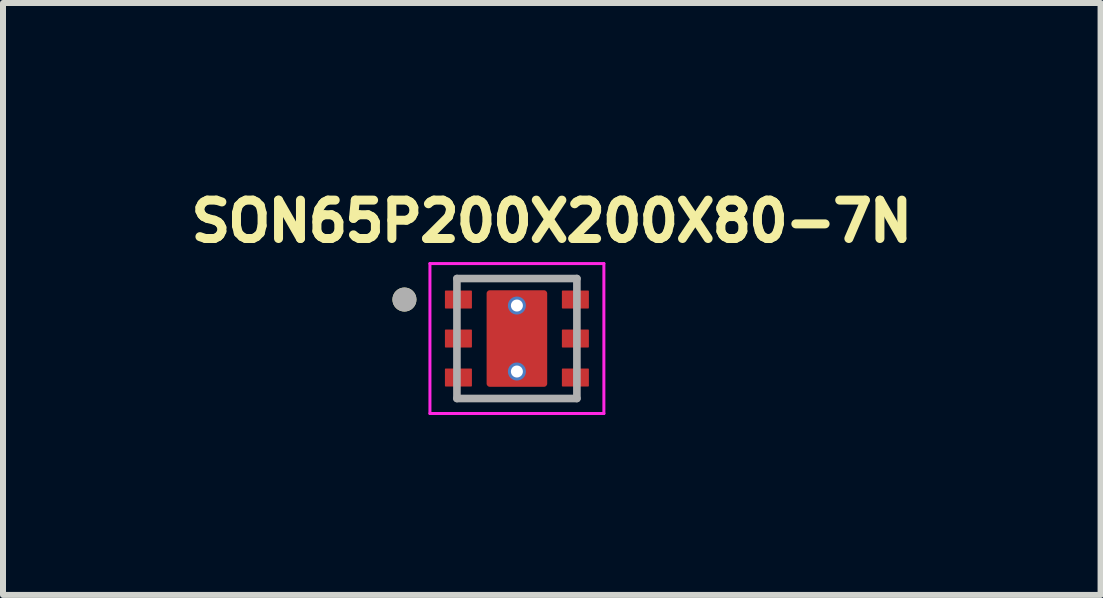
<source format=kicad_pcb>
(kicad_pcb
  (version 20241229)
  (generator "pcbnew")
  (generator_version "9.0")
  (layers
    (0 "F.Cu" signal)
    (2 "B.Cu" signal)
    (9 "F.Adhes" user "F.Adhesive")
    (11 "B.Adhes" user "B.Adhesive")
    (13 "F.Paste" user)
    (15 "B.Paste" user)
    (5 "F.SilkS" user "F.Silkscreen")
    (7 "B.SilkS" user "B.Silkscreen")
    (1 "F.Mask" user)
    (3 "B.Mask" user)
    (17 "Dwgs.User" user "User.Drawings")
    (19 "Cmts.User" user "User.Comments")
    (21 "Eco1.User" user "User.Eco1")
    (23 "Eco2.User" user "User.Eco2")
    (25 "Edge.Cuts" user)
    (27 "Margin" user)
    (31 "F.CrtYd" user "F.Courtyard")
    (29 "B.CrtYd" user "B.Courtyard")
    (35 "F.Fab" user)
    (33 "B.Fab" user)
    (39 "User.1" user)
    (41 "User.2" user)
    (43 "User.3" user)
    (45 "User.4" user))
  (footprint "SON65P200X200X80-7N"
    (layer "F.Cu")
    (at 5.568 2.594)
    (property "Reference" "SON65P200X200X80-7N" (at 0.582 -1.956 0) (layer "F.SilkS") (effects (font (size 0.64 0.64) (thickness 0.15))))
    (attr smd)
    (fp_poly (pts (xy -1.22 -0.87) (xy -0.73 -0.87) (xy -0.727 -0.87) (xy -0.725 -0.87) (xy -0.722 -0.869) (xy -0.72 -0.869) (xy -0.717 -0.868) (xy -0.715 -0.868) (xy -0.712 -0.867) (xy -0.71 -0.866) (xy -0.707 -0.865) (xy -0.705 -0.863) (xy -0.703 -0.862) (xy -0.701 -0.86) (xy -0.699 -0.859) (xy -0.697 -0.857) (xy -0.695 -0.855) (xy -0.693 -0.853) (xy -0.691 -0.851) (xy -0.69 -0.849) (xy -0.688 -0.847) (xy -0.687 -0.845) (xy -0.685 -0.843) (xy -0.684 -0.84) (xy -0.683 -0.838) (xy -0.682 -0.835) (xy -0.682 -0.833) (xy -0.681 -0.83) (xy -0.681 -0.828) (xy -0.68 -0.825) (xy -0.68 -0.823) (xy -0.68 -0.82) (xy -0.68 -0.48) (xy -0.68 -0.477) (xy -0.68 -0.475) (xy -0.681 -0.472) (xy -0.681 -0.47) (xy -0.682 -0.467) (xy -0.682 -0.465) (xy -0.683 -0.462) (xy -0.684 -0.46) (xy -0.685 -0.457) (xy -0.687 -0.455) (xy -0.688 -0.453) (xy -0.69 -0.451) (xy -0.691 -0.449) (xy -0.693 -0.447) (xy -0.695 -0.445) (xy -0.697 -0.443) (xy -0.699 -0.441) (xy -0.701 -0.44) (xy -0.703 -0.438) (xy -0.705 -0.437) (xy -0.707 -0.435) (xy -0.71 -0.434) (xy -0.712 -0.433) (xy -0.715 -0.432) (xy -0.717 -0.432) (xy -0.72 -0.431) (xy -0.722 -0.431) (xy -0.725 -0.43) (xy -0.727 -0.43) (xy -0.73 -0.43) (xy -1.22 -0.43) (xy -1.223 -0.43) (xy -1.225 -0.43) (xy -1.228 -0.431) (xy -1.23 -0.431) (xy -1.233 -0.432) (xy -1.235 -0.432) (xy -1.238 -0.433) (xy -1.24 -0.434) (xy -1.243 -0.435) (xy -1.245 -0.437) (xy -1.247 -0.438) (xy -1.249 -0.44) (xy -1.251 -0.441) (xy -1.253 -0.443) (xy -1.255 -0.445) (xy -1.257 -0.447) (xy -1.259 -0.449) (xy -1.26 -0.451) (xy -1.262 -0.453) (xy -1.263 -0.455) (xy -1.265 -0.457) (xy -1.266 -0.46) (xy -1.267 -0.462) (xy -1.268 -0.465) (xy -1.268 -0.467) (xy -1.269 -0.47) (xy -1.269 -0.472) (xy -1.27 -0.475) (xy -1.27 -0.477) (xy -1.27 -0.48) (xy -1.27 -0.82) (xy -1.27 -0.823) (xy -1.27 -0.825) (xy -1.269 -0.828) (xy -1.269 -0.83) (xy -1.268 -0.833) (xy -1.268 -0.835) (xy -1.267 -0.838) (xy -1.266 -0.84) (xy -1.265 -0.843) (xy -1.263 -0.845) (xy -1.262 -0.847) (xy -1.26 -0.849) (xy -1.259 -0.851) (xy -1.257 -0.853) (xy -1.255 -0.855) (xy -1.253 -0.857) (xy -1.251 -0.859) (xy -1.249 -0.86) (xy -1.247 -0.862) (xy -1.245 -0.863) (xy -1.243 -0.865) (xy -1.24 -0.866) (xy -1.238 -0.867) (xy -1.235 -0.868) (xy -1.233 -0.868) (xy -1.23 -0.869) (xy -1.228 -0.869) (xy -1.225 -0.87) (xy -1.223 -0.87) (xy -1.22 -0.87)) (stroke (width 0.01) (type solid)) (fill yes) (layer "F.Mask"))
    (fp_poly (pts (xy -1.22 -0.22) (xy -0.73 -0.22) (xy -0.727 -0.22) (xy -0.725 -0.22) (xy -0.722 -0.219) (xy -0.72 -0.219) (xy -0.717 -0.218) (xy -0.715 -0.218) (xy -0.712 -0.217) (xy -0.71 -0.216) (xy -0.707 -0.215) (xy -0.705 -0.213) (xy -0.703 -0.212) (xy -0.701 -0.21) (xy -0.699 -0.209) (xy -0.697 -0.207) (xy -0.695 -0.205) (xy -0.693 -0.203) (xy -0.691 -0.201) (xy -0.69 -0.199) (xy -0.688 -0.197) (xy -0.687 -0.195) (xy -0.685 -0.193) (xy -0.684 -0.19) (xy -0.683 -0.188) (xy -0.682 -0.185) (xy -0.682 -0.183) (xy -0.681 -0.18) (xy -0.681 -0.178) (xy -0.68 -0.175) (xy -0.68 -0.173) (xy -0.68 -0.17) (xy -0.68 0.17) (xy -0.68 0.173) (xy -0.68 0.175) (xy -0.681 0.178) (xy -0.681 0.18) (xy -0.682 0.183) (xy -0.682 0.185) (xy -0.683 0.188) (xy -0.684 0.19) (xy -0.685 0.193) (xy -0.687 0.195) (xy -0.688 0.197) (xy -0.69 0.199) (xy -0.691 0.201) (xy -0.693 0.203) (xy -0.695 0.205) (xy -0.697 0.207) (xy -0.699 0.209) (xy -0.701 0.21) (xy -0.703 0.212) (xy -0.705 0.213) (xy -0.707 0.215) (xy -0.71 0.216) (xy -0.712 0.217) (xy -0.715 0.218) (xy -0.717 0.218) (xy -0.72 0.219) (xy -0.722 0.219) (xy -0.725 0.22) (xy -0.727 0.22) (xy -0.73 0.22) (xy -1.22 0.22) (xy -1.223 0.22) (xy -1.225 0.22) (xy -1.228 0.219) (xy -1.23 0.219) (xy -1.233 0.218) (xy -1.235 0.218) (xy -1.238 0.217) (xy -1.24 0.216) (xy -1.243 0.215) (xy -1.245 0.213) (xy -1.247 0.212) (xy -1.249 0.21) (xy -1.251 0.209) (xy -1.253 0.207) (xy -1.255 0.205) (xy -1.257 0.203) (xy -1.259 0.201) (xy -1.26 0.199) (xy -1.262 0.197) (xy -1.263 0.195) (xy -1.265 0.193) (xy -1.266 0.19) (xy -1.267 0.188) (xy -1.268 0.185) (xy -1.268 0.183) (xy -1.269 0.18) (xy -1.269 0.178) (xy -1.27 0.175) (xy -1.27 0.173) (xy -1.27 0.17) (xy -1.27 -0.17) (xy -1.27 -0.173) (xy -1.27 -0.175) (xy -1.269 -0.178) (xy -1.269 -0.18) (xy -1.268 -0.183) (xy -1.268 -0.185) (xy -1.267 -0.188) (xy -1.266 -0.19) (xy -1.265 -0.193) (xy -1.263 -0.195) (xy -1.262 -0.197) (xy -1.26 -0.199) (xy -1.259 -0.201) (xy -1.257 -0.203) (xy -1.255 -0.205) (xy -1.253 -0.207) (xy -1.251 -0.209) (xy -1.249 -0.21) (xy -1.247 -0.212) (xy -1.245 -0.213) (xy -1.243 -0.215) (xy -1.24 -0.216) (xy -1.238 -0.217) (xy -1.235 -0.218) (xy -1.233 -0.218) (xy -1.23 -0.219) (xy -1.228 -0.219) (xy -1.225 -0.22) (xy -1.223 -0.22) (xy -1.22 -0.22)) (stroke (width 0.01) (type solid)) (fill yes) (layer "F.Mask"))
    (fp_poly (pts (xy -1.22 0.43) (xy -0.73 0.43) (xy -0.727 0.43) (xy -0.725 0.43) (xy -0.722 0.431) (xy -0.72 0.431) (xy -0.717 0.432) (xy -0.715 0.432) (xy -0.712 0.433) (xy -0.71 0.434) (xy -0.707 0.435) (xy -0.705 0.437) (xy -0.703 0.438) (xy -0.701 0.44) (xy -0.699 0.441) (xy -0.697 0.443) (xy -0.695 0.445) (xy -0.693 0.447) (xy -0.691 0.449) (xy -0.69 0.451) (xy -0.688 0.453) (xy -0.687 0.455) (xy -0.685 0.457) (xy -0.684 0.46) (xy -0.683 0.462) (xy -0.682 0.465) (xy -0.682 0.467) (xy -0.681 0.47) (xy -0.681 0.472) (xy -0.68 0.475) (xy -0.68 0.477) (xy -0.68 0.48) (xy -0.68 0.82) (xy -0.68 0.823) (xy -0.68 0.825) (xy -0.681 0.828) (xy -0.681 0.83) (xy -0.682 0.833) (xy -0.682 0.835) (xy -0.683 0.838) (xy -0.684 0.84) (xy -0.685 0.843) (xy -0.687 0.845) (xy -0.688 0.847) (xy -0.69 0.849) (xy -0.691 0.851) (xy -0.693 0.853) (xy -0.695 0.855) (xy -0.697 0.857) (xy -0.699 0.859) (xy -0.701 0.86) (xy -0.703 0.862) (xy -0.705 0.863) (xy -0.707 0.865) (xy -0.71 0.866) (xy -0.712 0.867) (xy -0.715 0.868) (xy -0.717 0.868) (xy -0.72 0.869) (xy -0.722 0.869) (xy -0.725 0.87) (xy -0.727 0.87) (xy -0.73 0.87) (xy -1.22 0.87) (xy -1.223 0.87) (xy -1.225 0.87) (xy -1.228 0.869) (xy -1.23 0.869) (xy -1.233 0.868) (xy -1.235 0.868) (xy -1.238 0.867) (xy -1.24 0.866) (xy -1.243 0.865) (xy -1.245 0.863) (xy -1.247 0.862) (xy -1.249 0.86) (xy -1.251 0.859) (xy -1.253 0.857) (xy -1.255 0.855) (xy -1.257 0.853) (xy -1.259 0.851) (xy -1.26 0.849) (xy -1.262 0.847) (xy -1.263 0.845) (xy -1.265 0.843) (xy -1.266 0.84) (xy -1.267 0.838) (xy -1.268 0.835) (xy -1.268 0.833) (xy -1.269 0.83) (xy -1.269 0.828) (xy -1.27 0.825) (xy -1.27 0.823) (xy -1.27 0.82) (xy -1.27 0.48) (xy -1.27 0.477) (xy -1.27 0.475) (xy -1.269 0.472) (xy -1.269 0.47) (xy -1.268 0.467) (xy -1.268 0.465) (xy -1.267 0.462) (xy -1.266 0.46) (xy -1.265 0.457) (xy -1.263 0.455) (xy -1.262 0.453) (xy -1.26 0.451) (xy -1.259 0.449) (xy -1.257 0.447) (xy -1.255 0.445) (xy -1.253 0.443) (xy -1.251 0.441) (xy -1.249 0.44) (xy -1.247 0.438) (xy -1.245 0.437) (xy -1.243 0.435) (xy -1.24 0.434) (xy -1.238 0.433) (xy -1.235 0.432) (xy -1.233 0.432) (xy -1.23 0.431) (xy -1.228 0.431) (xy -1.225 0.43) (xy -1.223 0.43) (xy -1.22 0.43)) (stroke (width 0.01) (type solid)) (fill yes) (layer "F.Mask"))
    (fp_poly (pts (xy 0.57 -0.75) (xy 0.57 0.75) (xy 0.57 0.756) (xy 0.569 0.763) (xy 0.569 0.769) (xy 0.567 0.775) (xy 0.566 0.781) (xy 0.564 0.787) (xy 0.562 0.793) (xy 0.56 0.799) (xy 0.557 0.804) (xy 0.554 0.81) (xy 0.551 0.815) (xy 0.547 0.821) (xy 0.543 0.826) (xy 0.539 0.83) (xy 0.535 0.835) (xy 0.53 0.839) (xy 0.526 0.843) (xy 0.521 0.847) (xy 0.515 0.851) (xy 0.51 0.854) (xy 0.504 0.857) (xy 0.499 0.86) (xy 0.493 0.862) (xy 0.487 0.864) (xy 0.481 0.866) (xy 0.475 0.867) (xy 0.469 0.869) (xy 0.463 0.869) (xy 0.456 0.87) (xy 0.45 0.87) (xy -0.45 0.87) (xy -0.456 0.87) (xy -0.463 0.869) (xy -0.469 0.869) (xy -0.475 0.867) (xy -0.481 0.866) (xy -0.487 0.864) (xy -0.493 0.862) (xy -0.499 0.86) (xy -0.504 0.857) (xy -0.51 0.854) (xy -0.515 0.851) (xy -0.521 0.847) (xy -0.526 0.843) (xy -0.53 0.839) (xy -0.535 0.835) (xy -0.539 0.83) (xy -0.543 0.826) (xy -0.547 0.821) (xy -0.551 0.815) (xy -0.554 0.81) (xy -0.557 0.804) (xy -0.56 0.799) (xy -0.562 0.793) (xy -0.564 0.787) (xy -0.566 0.781) (xy -0.567 0.775) (xy -0.569 0.769) (xy -0.569 0.763) (xy -0.57 0.756) (xy -0.57 0.75) (xy -0.57 -0.75) (xy -0.57 -0.756) (xy -0.569 -0.763) (xy -0.569 -0.769) (xy -0.567 -0.775) (xy -0.566 -0.781) (xy -0.564 -0.787) (xy -0.562 -0.793) (xy -0.56 -0.799) (xy -0.557 -0.804) (xy -0.554 -0.81) (xy -0.551 -0.815) (xy -0.547 -0.821) (xy -0.543 -0.826) (xy -0.539 -0.83) (xy -0.535 -0.835) (xy -0.53 -0.839) (xy -0.526 -0.843) (xy -0.521 -0.847) (xy -0.515 -0.851) (xy -0.51 -0.854) (xy -0.504 -0.857) (xy -0.499 -0.86) (xy -0.493 -0.862) (xy -0.487 -0.864) (xy -0.481 -0.866) (xy -0.475 -0.867) (xy -0.469 -0.869) (xy -0.463 -0.869) (xy -0.456 -0.87) (xy -0.45 -0.87) (xy 0.45 -0.87) (xy 0.456 -0.87) (xy 0.463 -0.869) (xy 0.469 -0.869) (xy 0.475 -0.867) (xy 0.481 -0.866) (xy 0.487 -0.864) (xy 0.493 -0.862) (xy 0.499 -0.86) (xy 0.504 -0.857) (xy 0.51 -0.854) (xy 0.515 -0.851) (xy 0.521 -0.847) (xy 0.526 -0.843) (xy 0.53 -0.839) (xy 0.535 -0.835) (xy 0.539 -0.83) (xy 0.543 -0.826) (xy 0.547 -0.821) (xy 0.551 -0.815) (xy 0.554 -0.81) (xy 0.557 -0.804) (xy 0.56 -0.799) (xy 0.562 -0.793) (xy 0.564 -0.787) (xy 0.566 -0.781) (xy 0.567 -0.775) (xy 0.569 -0.769) (xy 0.569 -0.763) (xy 0.57 -0.756) (xy 0.57 -0.75)) (stroke (width 0.01) (type solid)) (fill yes) (layer "F.Mask"))
    (fp_poly (pts (xy 0.73 -0.87) (xy 1.22 -0.87) (xy 1.223 -0.87) (xy 1.225 -0.87) (xy 1.228 -0.869) (xy 1.23 -0.869) (xy 1.233 -0.868) (xy 1.235 -0.868) (xy 1.238 -0.867) (xy 1.24 -0.866) (xy 1.243 -0.865) (xy 1.245 -0.863) (xy 1.247 -0.862) (xy 1.249 -0.86) (xy 1.251 -0.859) (xy 1.253 -0.857) (xy 1.255 -0.855) (xy 1.257 -0.853) (xy 1.259 -0.851) (xy 1.26 -0.849) (xy 1.262 -0.847) (xy 1.263 -0.845) (xy 1.265 -0.843) (xy 1.266 -0.84) (xy 1.267 -0.838) (xy 1.268 -0.835) (xy 1.268 -0.833) (xy 1.269 -0.83) (xy 1.269 -0.828) (xy 1.27 -0.825) (xy 1.27 -0.823) (xy 1.27 -0.82) (xy 1.27 -0.48) (xy 1.27 -0.477) (xy 1.27 -0.475) (xy 1.269 -0.472) (xy 1.269 -0.47) (xy 1.268 -0.467) (xy 1.268 -0.465) (xy 1.267 -0.462) (xy 1.266 -0.46) (xy 1.265 -0.457) (xy 1.263 -0.455) (xy 1.262 -0.453) (xy 1.26 -0.451) (xy 1.259 -0.449) (xy 1.257 -0.447) (xy 1.255 -0.445) (xy 1.253 -0.443) (xy 1.251 -0.441) (xy 1.249 -0.44) (xy 1.247 -0.438) (xy 1.245 -0.437) (xy 1.243 -0.435) (xy 1.24 -0.434) (xy 1.238 -0.433) (xy 1.235 -0.432) (xy 1.233 -0.432) (xy 1.23 -0.431) (xy 1.228 -0.431) (xy 1.225 -0.43) (xy 1.223 -0.43) (xy 1.22 -0.43) (xy 0.73 -0.43) (xy 0.727 -0.43) (xy 0.725 -0.43) (xy 0.722 -0.431) (xy 0.72 -0.431) (xy 0.717 -0.432) (xy 0.715 -0.432) (xy 0.712 -0.433) (xy 0.71 -0.434) (xy 0.707 -0.435) (xy 0.705 -0.437) (xy 0.703 -0.438) (xy 0.701 -0.44) (xy 0.699 -0.441) (xy 0.697 -0.443) (xy 0.695 -0.445) (xy 0.693 -0.447) (xy 0.691 -0.449) (xy 0.69 -0.451) (xy 0.688 -0.453) (xy 0.687 -0.455) (xy 0.685 -0.457) (xy 0.684 -0.46) (xy 0.683 -0.462) (xy 0.682 -0.465) (xy 0.682 -0.467) (xy 0.681 -0.47) (xy 0.681 -0.472) (xy 0.68 -0.475) (xy 0.68 -0.477) (xy 0.68 -0.48) (xy 0.68 -0.82) (xy 0.68 -0.823) (xy 0.68 -0.825) (xy 0.681 -0.828) (xy 0.681 -0.83) (xy 0.682 -0.833) (xy 0.682 -0.835) (xy 0.683 -0.838) (xy 0.684 -0.84) (xy 0.685 -0.843) (xy 0.687 -0.845) (xy 0.688 -0.847) (xy 0.69 -0.849) (xy 0.691 -0.851) (xy 0.693 -0.853) (xy 0.695 -0.855) (xy 0.697 -0.857) (xy 0.699 -0.859) (xy 0.701 -0.86) (xy 0.703 -0.862) (xy 0.705 -0.863) (xy 0.707 -0.865) (xy 0.71 -0.866) (xy 0.712 -0.867) (xy 0.715 -0.868) (xy 0.717 -0.868) (xy 0.72 -0.869) (xy 0.722 -0.869) (xy 0.725 -0.87) (xy 0.727 -0.87) (xy 0.73 -0.87)) (stroke (width 0.01) (type solid)) (fill yes) (layer "F.Mask"))
    (fp_poly (pts (xy 0.73 -0.22) (xy 1.22 -0.22) (xy 1.223 -0.22) (xy 1.225 -0.22) (xy 1.228 -0.219) (xy 1.23 -0.219) (xy 1.233 -0.218) (xy 1.235 -0.218) (xy 1.238 -0.217) (xy 1.24 -0.216) (xy 1.243 -0.215) (xy 1.245 -0.213) (xy 1.247 -0.212) (xy 1.249 -0.21) (xy 1.251 -0.209) (xy 1.253 -0.207) (xy 1.255 -0.205) (xy 1.257 -0.203) (xy 1.259 -0.201) (xy 1.26 -0.199) (xy 1.262 -0.197) (xy 1.263 -0.195) (xy 1.265 -0.193) (xy 1.266 -0.19) (xy 1.267 -0.188) (xy 1.268 -0.185) (xy 1.268 -0.183) (xy 1.269 -0.18) (xy 1.269 -0.178) (xy 1.27 -0.175) (xy 1.27 -0.173) (xy 1.27 -0.17) (xy 1.27 0.17) (xy 1.27 0.173) (xy 1.27 0.175) (xy 1.269 0.178) (xy 1.269 0.18) (xy 1.268 0.183) (xy 1.268 0.185) (xy 1.267 0.188) (xy 1.266 0.19) (xy 1.265 0.193) (xy 1.263 0.195) (xy 1.262 0.197) (xy 1.26 0.199) (xy 1.259 0.201) (xy 1.257 0.203) (xy 1.255 0.205) (xy 1.253 0.207) (xy 1.251 0.209) (xy 1.249 0.21) (xy 1.247 0.212) (xy 1.245 0.213) (xy 1.243 0.215) (xy 1.24 0.216) (xy 1.238 0.217) (xy 1.235 0.218) (xy 1.233 0.218) (xy 1.23 0.219) (xy 1.228 0.219) (xy 1.225 0.22) (xy 1.223 0.22) (xy 1.22 0.22) (xy 0.73 0.22) (xy 0.727 0.22) (xy 0.725 0.22) (xy 0.722 0.219) (xy 0.72 0.219) (xy 0.717 0.218) (xy 0.715 0.218) (xy 0.712 0.217) (xy 0.71 0.216) (xy 0.707 0.215) (xy 0.705 0.213) (xy 0.703 0.212) (xy 0.701 0.21) (xy 0.699 0.209) (xy 0.697 0.207) (xy 0.695 0.205) (xy 0.693 0.203) (xy 0.691 0.201) (xy 0.69 0.199) (xy 0.688 0.197) (xy 0.687 0.195) (xy 0.685 0.193) (xy 0.684 0.19) (xy 0.683 0.188) (xy 0.682 0.185) (xy 0.682 0.183) (xy 0.681 0.18) (xy 0.681 0.178) (xy 0.68 0.175) (xy 0.68 0.173) (xy 0.68 0.17) (xy 0.68 -0.17) (xy 0.68 -0.173) (xy 0.68 -0.175) (xy 0.681 -0.178) (xy 0.681 -0.18) (xy 0.682 -0.183) (xy 0.682 -0.185) (xy 0.683 -0.188) (xy 0.684 -0.19) (xy 0.685 -0.193) (xy 0.687 -0.195) (xy 0.688 -0.197) (xy 0.69 -0.199) (xy 0.691 -0.201) (xy 0.693 -0.203) (xy 0.695 -0.205) (xy 0.697 -0.207) (xy 0.699 -0.209) (xy 0.701 -0.21) (xy 0.703 -0.212) (xy 0.705 -0.213) (xy 0.707 -0.215) (xy 0.71 -0.216) (xy 0.712 -0.217) (xy 0.715 -0.218) (xy 0.717 -0.218) (xy 0.72 -0.219) (xy 0.722 -0.219) (xy 0.725 -0.22) (xy 0.727 -0.22) (xy 0.73 -0.22)) (stroke (width 0.01) (type solid)) (fill yes) (layer "F.Mask"))
    (fp_poly (pts (xy 0.73 0.43) (xy 1.22 0.43) (xy 1.223 0.43) (xy 1.225 0.43) (xy 1.228 0.431) (xy 1.23 0.431) (xy 1.233 0.432) (xy 1.235 0.432) (xy 1.238 0.433) (xy 1.24 0.434) (xy 1.243 0.435) (xy 1.245 0.437) (xy 1.247 0.438) (xy 1.249 0.44) (xy 1.251 0.441) (xy 1.253 0.443) (xy 1.255 0.445) (xy 1.257 0.447) (xy 1.259 0.449) (xy 1.26 0.451) (xy 1.262 0.453) (xy 1.263 0.455) (xy 1.265 0.457) (xy 1.266 0.46) (xy 1.267 0.462) (xy 1.268 0.465) (xy 1.268 0.467) (xy 1.269 0.47) (xy 1.269 0.472) (xy 1.27 0.475) (xy 1.27 0.477) (xy 1.27 0.48) (xy 1.27 0.82) (xy 1.27 0.823) (xy 1.27 0.825) (xy 1.269 0.828) (xy 1.269 0.83) (xy 1.268 0.833) (xy 1.268 0.835) (xy 1.267 0.838) (xy 1.266 0.84) (xy 1.265 0.843) (xy 1.263 0.845) (xy 1.262 0.847) (xy 1.26 0.849) (xy 1.259 0.851) (xy 1.257 0.853) (xy 1.255 0.855) (xy 1.253 0.857) (xy 1.251 0.859) (xy 1.249 0.86) (xy 1.247 0.862) (xy 1.245 0.863) (xy 1.243 0.865) (xy 1.24 0.866) (xy 1.238 0.867) (xy 1.235 0.868) (xy 1.233 0.868) (xy 1.23 0.869) (xy 1.228 0.869) (xy 1.225 0.87) (xy 1.223 0.87) (xy 1.22 0.87) (xy 0.73 0.87) (xy 0.727 0.87) (xy 0.725 0.87) (xy 0.722 0.869) (xy 0.72 0.869) (xy 0.717 0.868) (xy 0.715 0.868) (xy 0.712 0.867) (xy 0.71 0.866) (xy 0.707 0.865) (xy 0.705 0.863) (xy 0.703 0.862) (xy 0.701 0.86) (xy 0.699 0.859) (xy 0.697 0.857) (xy 0.695 0.855) (xy 0.693 0.853) (xy 0.691 0.851) (xy 0.69 0.849) (xy 0.688 0.847) (xy 0.687 0.845) (xy 0.685 0.843) (xy 0.684 0.84) (xy 0.683 0.838) (xy 0.682 0.835) (xy 0.682 0.833) (xy 0.681 0.83) (xy 0.681 0.828) (xy 0.68 0.825) (xy 0.68 0.823) (xy 0.68 0.82) (xy 0.68 0.48) (xy 0.68 0.477) (xy 0.68 0.475) (xy 0.681 0.472) (xy 0.681 0.47) (xy 0.682 0.467) (xy 0.682 0.465) (xy 0.683 0.462) (xy 0.684 0.46) (xy 0.685 0.457) (xy 0.687 0.455) (xy 0.688 0.453) (xy 0.69 0.451) (xy 0.691 0.449) (xy 0.693 0.447) (xy 0.695 0.445) (xy 0.697 0.443) (xy 0.699 0.441) (xy 0.701 0.44) (xy 0.703 0.438) (xy 0.705 0.437) (xy 0.707 0.435) (xy 0.71 0.434) (xy 0.712 0.433) (xy 0.715 0.432) (xy 0.717 0.432) (xy 0.72 0.431) (xy 0.722 0.431) (xy 0.725 0.43) (xy 0.727 0.43) (xy 0.73 0.43)) (stroke (width 0.01) (type solid)) (fill yes) (layer "F.Mask"))
    (fp_circle (center -1.875 -0.65) (end -1.775 -0.65) (stroke (width 0.2) (type solid)) (fill no) (layer "F.SilkS"))
    (fp_poly (pts (xy -0.5 -0.15) (xy -0.5 -0.75) (xy -0.5 -0.753) (xy -0.5 -0.755) (xy -0.499 -0.758) (xy -0.499 -0.76) (xy -0.498 -0.763) (xy -0.498 -0.765) (xy -0.497 -0.768) (xy -0.496 -0.77) (xy -0.495 -0.773) (xy -0.493 -0.775) (xy -0.492 -0.777) (xy -0.49 -0.779) (xy -0.489 -0.781) (xy -0.487 -0.783) (xy -0.485 -0.785) (xy -0.483 -0.787) (xy -0.481 -0.789) (xy -0.479 -0.79) (xy -0.477 -0.792) (xy -0.475 -0.793) (xy -0.473 -0.795) (xy -0.47 -0.796) (xy -0.468 -0.797) (xy -0.465 -0.798) (xy -0.463 -0.798) (xy -0.46 -0.799) (xy -0.458 -0.799) (xy -0.455 -0.8) (xy -0.453 -0.8) (xy -0.45 -0.8) (xy 0.45 -0.8) (xy 0.453 -0.8) (xy 0.455 -0.8) (xy 0.458 -0.799) (xy 0.46 -0.799) (xy 0.463 -0.798) (xy 0.465 -0.798) (xy 0.468 -0.797) (xy 0.47 -0.796) (xy 0.473 -0.795) (xy 0.475 -0.793) (xy 0.477 -0.792) (xy 0.479 -0.79) (xy 0.481 -0.789) (xy 0.483 -0.787) (xy 0.485 -0.785) (xy 0.487 -0.783) (xy 0.489 -0.781) (xy 0.49 -0.779) (xy 0.492 -0.777) (xy 0.493 -0.775) (xy 0.495 -0.773) (xy 0.496 -0.77) (xy 0.497 -0.768) (xy 0.498 -0.765) (xy 0.498 -0.763) (xy 0.499 -0.76) (xy 0.499 -0.758) (xy 0.5 -0.755) (xy 0.5 -0.753) (xy 0.5 -0.75) (xy 0.5 -0.15) (xy 0.5 -0.147) (xy 0.5 -0.145) (xy 0.499 -0.142) (xy 0.499 -0.14) (xy 0.498 -0.137) (xy 0.498 -0.135) (xy 0.497 -0.132) (xy 0.496 -0.13) (xy 0.495 -0.127) (xy 0.493 -0.125) (xy 0.492 -0.123) (xy 0.49 -0.121) (xy 0.489 -0.119) (xy 0.487 -0.117) (xy 0.485 -0.115) (xy 0.483 -0.113) (xy 0.481 -0.111) (xy 0.479 -0.11) (xy 0.477 -0.108) (xy 0.475 -0.107) (xy 0.473 -0.105) (xy 0.47 -0.104) (xy 0.468 -0.103) (xy 0.465 -0.102) (xy 0.463 -0.102) (xy 0.46 -0.101) (xy 0.458 -0.101) (xy 0.455 -0.1) (xy 0.453 -0.1) (xy 0.45 -0.1) (xy -0.45 -0.1) (xy -0.453 -0.1) (xy -0.455 -0.1) (xy -0.458 -0.101) (xy -0.46 -0.101) (xy -0.463 -0.102) (xy -0.465 -0.102) (xy -0.468 -0.103) (xy -0.47 -0.104) (xy -0.473 -0.105) (xy -0.475 -0.107) (xy -0.477 -0.108) (xy -0.479 -0.11) (xy -0.481 -0.111) (xy -0.483 -0.113) (xy -0.485 -0.115) (xy -0.487 -0.117) (xy -0.489 -0.119) (xy -0.49 -0.121) (xy -0.492 -0.123) (xy -0.493 -0.125) (xy -0.495 -0.127) (xy -0.496 -0.13) (xy -0.497 -0.132) (xy -0.498 -0.135) (xy -0.498 -0.137) (xy -0.499 -0.14) (xy -0.499 -0.142) (xy -0.5 -0.145) (xy -0.5 -0.147) (xy -0.5 -0.15)) (stroke (width 0.01) (type solid)) (fill yes) (layer "F.Paste"))
    (fp_poly (pts (xy -0.5 0.75) (xy -0.5 0.15) (xy -0.5 0.147) (xy -0.5 0.145) (xy -0.499 0.142) (xy -0.499 0.14) (xy -0.498 0.137) (xy -0.498 0.135) (xy -0.497 0.132) (xy -0.496 0.13) (xy -0.495 0.127) (xy -0.493 0.125) (xy -0.492 0.123) (xy -0.49 0.121) (xy -0.489 0.119) (xy -0.487 0.117) (xy -0.485 0.115) (xy -0.483 0.113) (xy -0.481 0.111) (xy -0.479 0.11) (xy -0.477 0.108) (xy -0.475 0.107) (xy -0.473 0.105) (xy -0.47 0.104) (xy -0.468 0.103) (xy -0.465 0.102) (xy -0.463 0.102) (xy -0.46 0.101) (xy -0.458 0.101) (xy -0.455 0.1) (xy -0.453 0.1) (xy -0.45 0.1) (xy 0.45 0.1) (xy 0.453 0.1) (xy 0.455 0.1) (xy 0.458 0.101) (xy 0.46 0.101) (xy 0.463 0.102) (xy 0.465 0.102) (xy 0.468 0.103) (xy 0.47 0.104) (xy 0.473 0.105) (xy 0.475 0.107) (xy 0.477 0.108) (xy 0.479 0.11) (xy 0.481 0.111) (xy 0.483 0.113) (xy 0.485 0.115) (xy 0.487 0.117) (xy 0.489 0.119) (xy 0.49 0.121) (xy 0.492 0.123) (xy 0.493 0.125) (xy 0.495 0.127) (xy 0.496 0.13) (xy 0.497 0.132) (xy 0.498 0.135) (xy 0.498 0.137) (xy 0.499 0.14) (xy 0.499 0.142) (xy 0.5 0.145) (xy 0.5 0.147) (xy 0.5 0.15) (xy 0.5 0.75) (xy 0.5 0.753) (xy 0.5 0.755) (xy 0.499 0.758) (xy 0.499 0.76) (xy 0.498 0.763) (xy 0.498 0.765) (xy 0.497 0.768) (xy 0.496 0.77) (xy 0.495 0.773) (xy 0.493 0.775) (xy 0.492 0.777) (xy 0.49 0.779) (xy 0.489 0.781) (xy 0.487 0.783) (xy 0.485 0.785) (xy 0.483 0.787) (xy 0.481 0.789) (xy 0.479 0.79) (xy 0.477 0.792) (xy 0.475 0.793) (xy 0.473 0.795) (xy 0.47 0.796) (xy 0.468 0.797) (xy 0.465 0.798) (xy 0.463 0.798) (xy 0.46 0.799) (xy 0.458 0.799) (xy 0.455 0.8) (xy 0.453 0.8) (xy 0.45 0.8) (xy -0.45 0.8) (xy -0.453 0.8) (xy -0.455 0.8) (xy -0.458 0.799) (xy -0.46 0.799) (xy -0.463 0.798) (xy -0.465 0.798) (xy -0.468 0.797) (xy -0.47 0.796) (xy -0.473 0.795) (xy -0.475 0.793) (xy -0.477 0.792) (xy -0.479 0.79) (xy -0.481 0.789) (xy -0.483 0.787) (xy -0.485 0.785) (xy -0.487 0.783) (xy -0.489 0.781) (xy -0.49 0.779) (xy -0.492 0.777) (xy -0.493 0.775) (xy -0.495 0.773) (xy -0.496 0.77) (xy -0.497 0.768) (xy -0.498 0.765) (xy -0.498 0.763) (xy -0.499 0.76) (xy -0.499 0.758) (xy -0.5 0.755) (xy -0.5 0.753) (xy -0.5 0.75)) (stroke (width 0.01) (type solid)) (fill yes) (layer "F.Paste"))
    (fp_line (start -1.45 -1.25) (end -1.45 1.25) (stroke (width 0.05) (type solid)) (layer "F.CrtYd"))
    (fp_line (start -1.45 1.25) (end 1.45 1.25) (stroke (width 0.05) (type solid)) (layer "F.CrtYd"))
    (fp_line (start 1.45 -1.25) (end -1.45 -1.25) (stroke (width 0.05) (type solid)) (layer "F.CrtYd"))
    (fp_line (start 1.45 1.25) (end 1.45 -1.25) (stroke (width 0.05) (type solid)) (layer "F.CrtYd"))
    (fp_line (start -1 -1) (end -1 1) (stroke (width 0.127) (type solid)) (layer "F.Fab"))
    (fp_line (start -1 -1) (end 1 -1) (stroke (width 0.127) (type solid)) (layer "F.Fab"))
    (fp_line (start -1 1) (end 1 1) (stroke (width 0.127) (type solid)) (layer "F.Fab"))
    (fp_line (start 1 -1) (end 1 1) (stroke (width 0.127) (type solid)) (layer "F.Fab"))
    (fp_circle (center -1.875 -0.65) (end -1.775 -0.65) (stroke (width 0.2) (type solid)) (fill no) (layer "F.Fab"))
    (pad "1" smd roundrect (at -0.975 -0.65) (size 0.45 0.3) (layers "F.Cu" "F.Paste") (roundrect_rratio 0.04))
    (pad "2" smd roundrect (at -0.975 0) (size 0.45 0.3) (layers "F.Cu" "F.Paste") (roundrect_rratio 0.04))
    (pad "3" smd roundrect (at -0.975 0.65) (size 0.45 0.3) (layers "F.Cu" "F.Paste") (roundrect_rratio 0.04))
    (pad "4" smd roundrect (at 0.975 0.65) (size 0.45 0.3) (layers "F.Cu" "F.Paste") (roundrect_rratio 0.04))
    (pad "5" smd roundrect (at 0.975 0) (size 0.45 0.3) (layers "F.Cu" "F.Paste") (roundrect_rratio 0.04))
    (pad "6" smd roundrect (at 0.975 -0.65) (size 0.45 0.3) (layers "F.Cu" "F.Paste") (roundrect_rratio 0.04))
    (pad "7" smd custom (at 0 0) (size 0.5 0.5) (layers "F.Cu") (options (anchor rect)) (primitives (gr_poly (pts (xy 0.5 -0.75) (xy 0.5 0.75) (xy 0.5 0.753) (xy 0.5 0.755) (xy 0.499 0.758) (xy 0.499 0.76) (xy 0.498 0.763) (xy 0.498 0.765) (xy 0.497 0.768) (xy 0.496 0.77) (xy 0.495 0.773) (xy 0.493 0.775) (xy 0.492 0.777) (xy 0.49 0.779) (xy 0.489 0.781) (xy 0.487 0.783) (xy 0.485 0.785) (xy 0.483 0.787) (xy 0.481 0.789) (xy 0.479 0.79) (xy 0.477 0.792) (xy 0.475 0.793) (xy 0.473 0.795) (xy 0.47 0.796) (xy 0.468 0.797) (xy 0.465 0.798) (xy 0.463 0.798) (xy 0.46 0.799) (xy 0.458 0.799) (xy 0.455 0.8) (xy 0.453 0.8) (xy 0.45 0.8) (xy -0.45 0.8) (xy -0.453 0.8) (xy -0.455 0.8) (xy -0.458 0.799) (xy -0.46 0.799) (xy -0.463 0.798) (xy -0.465 0.798) (xy -0.468 0.797) (xy -0.47 0.796) (xy -0.473 0.795) (xy -0.475 0.793) (xy -0.477 0.792) (xy -0.479 0.79) (xy -0.481 0.789) (xy -0.483 0.787) (xy -0.485 0.785) (xy -0.487 0.783) (xy -0.489 0.781) (xy -0.49 0.779) (xy -0.492 0.777) (xy -0.493 0.775) (xy -0.495 0.773) (xy -0.496 0.77) (xy -0.497 0.768) (xy -0.498 0.765) (xy -0.498 0.763) (xy -0.499 0.76) (xy -0.499 0.758) (xy -0.5 0.755) (xy -0.5 0.753) (xy -0.5 0.75) (xy -0.5 -0.75) (xy -0.5 -0.753) (xy -0.5 -0.755) (xy -0.499 -0.758) (xy -0.499 -0.76) (xy -0.498 -0.763) (xy -0.498 -0.765) (xy -0.497 -0.768) (xy -0.496 -0.77) (xy -0.495 -0.773) (xy -0.493 -0.775) (xy -0.492 -0.777) (xy -0.49 -0.779) (xy -0.489 -0.781) (xy -0.487 -0.783) (xy -0.485 -0.785) (xy -0.483 -0.787) (xy -0.481 -0.789) (xy -0.479 -0.79) (xy -0.477 -0.792) (xy -0.475 -0.793) (xy -0.473 -0.795) (xy -0.47 -0.796) (xy -0.468 -0.797) (xy -0.465 -0.798) (xy -0.463 -0.798) (xy -0.46 -0.799) (xy -0.458 -0.799) (xy -0.455 -0.8) (xy -0.453 -0.8) (xy -0.45 -0.8) (xy 0.45 -0.8) (xy 0.453 -0.8) (xy 0.455 -0.8) (xy 0.458 -0.799) (xy 0.46 -0.799) (xy 0.463 -0.798) (xy 0.465 -0.798) (xy 0.468 -0.797) (xy 0.47 -0.796) (xy 0.473 -0.795) (xy 0.475 -0.793) (xy 0.477 -0.792) (xy 0.479 -0.79) (xy 0.481 -0.789) (xy 0.483 -0.787) (xy 0.485 -0.785) (xy 0.487 -0.783) (xy 0.489 -0.781) (xy 0.49 -0.779) (xy 0.492 -0.777) (xy 0.493 -0.775) (xy 0.495 -0.773) (xy 0.496 -0.77) (xy 0.497 -0.768) (xy 0.498 -0.765) (xy 0.498 -0.763) (xy 0.499 -0.76) (xy 0.499 -0.758) (xy 0.5 -0.755) (xy 0.5 -0.753) (xy 0.5 -0.75)) (width 0.01) (fill yes))))
    (pad "8" thru_hole circle (at 0 0.55) (size 0.3 0.3) (drill 0.2) (layers "*.Cu"))
    (pad "9" thru_hole circle (at 0 -0.55) (size 0.3 0.3) (drill 0.2) (layers "*.Cu")))
  (gr_rect
    (start -3 -3)
    (end 15.299 6.869)
    (stroke (width 0.1) (type default))
    (fill no)
    (layer "Edge.Cuts")))
</source>
